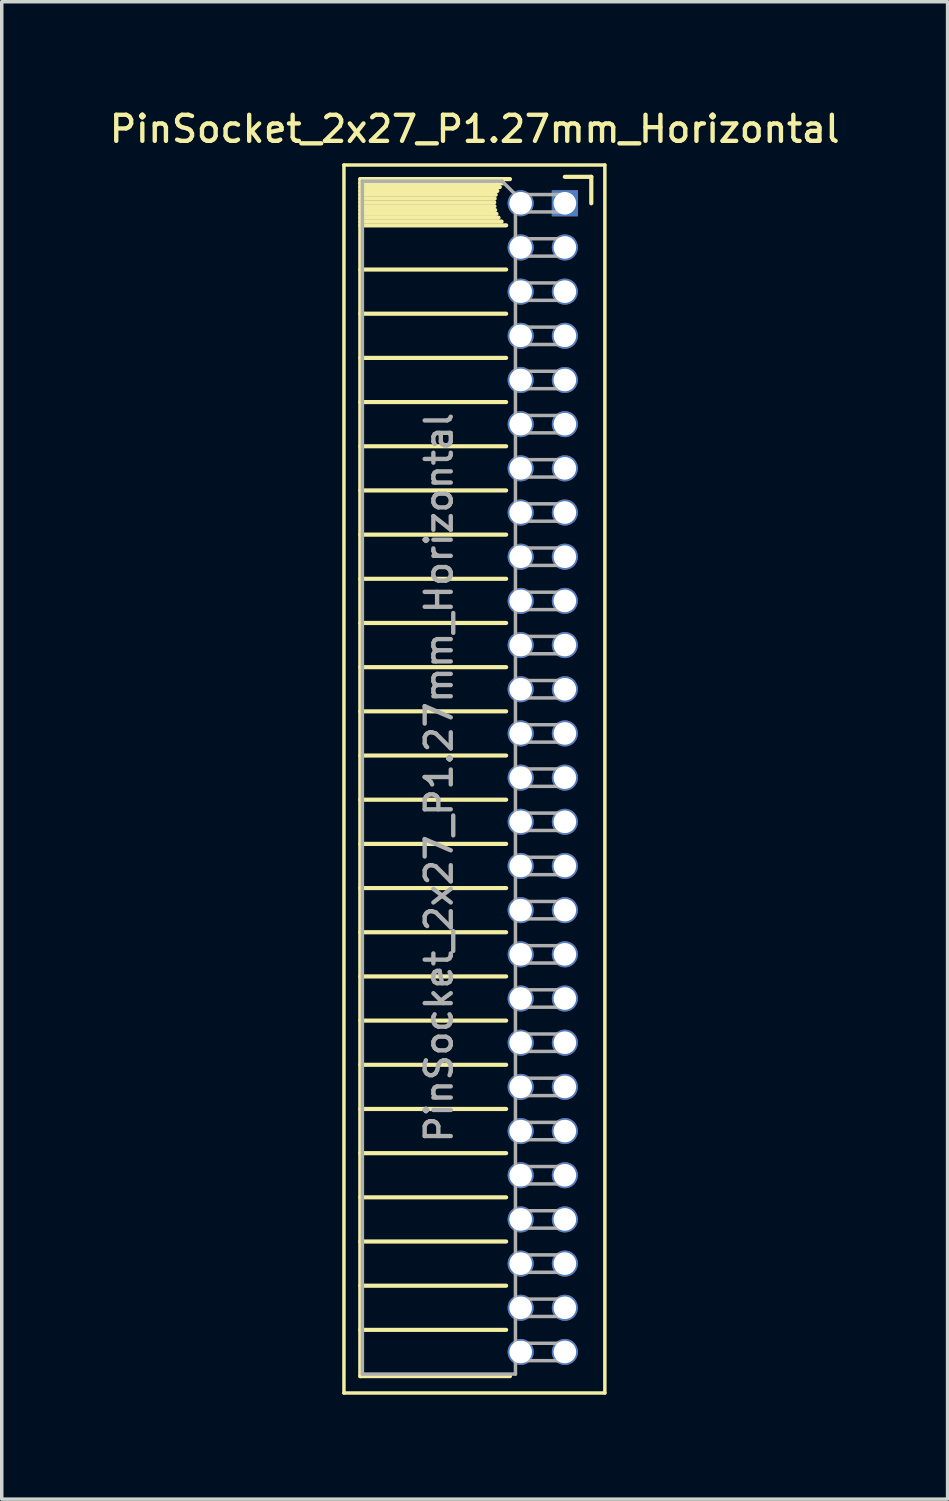
<source format=kicad_pcb>
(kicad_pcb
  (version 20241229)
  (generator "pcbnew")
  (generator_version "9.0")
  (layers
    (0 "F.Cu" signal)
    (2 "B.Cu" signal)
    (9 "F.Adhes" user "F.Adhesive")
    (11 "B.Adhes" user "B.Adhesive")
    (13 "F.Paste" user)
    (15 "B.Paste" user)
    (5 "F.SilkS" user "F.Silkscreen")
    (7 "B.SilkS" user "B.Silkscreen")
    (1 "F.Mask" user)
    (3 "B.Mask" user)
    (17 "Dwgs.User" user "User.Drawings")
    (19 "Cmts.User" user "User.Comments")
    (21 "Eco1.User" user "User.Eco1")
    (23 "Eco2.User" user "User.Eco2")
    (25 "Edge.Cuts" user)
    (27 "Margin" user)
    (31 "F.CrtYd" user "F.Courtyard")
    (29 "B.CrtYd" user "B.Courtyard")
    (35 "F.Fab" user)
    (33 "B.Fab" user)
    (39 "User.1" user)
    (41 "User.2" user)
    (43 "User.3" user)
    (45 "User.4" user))
  (footprint "PinSocket_2x27_P1.27mm_Horizontal"
    (layer "F.Cu")
    (at 13.187 2.793)
    (property "Reference" "PinSocket_2x27_P1.27mm_Horizontal" (at -2.592 -2.135 0) (layer "F.SilkS") (effects (font (size 0.75 0.75) (thickness 0.125))))
    (attr through_hole)
    (fp_line (start -6.35 -1.1) (end -6.35 34.2) (stroke (width 0.1) (type solid)) (layer "F.SilkS"))
    (fp_line (start -6.35 34.2) (end 1.15 34.2) (stroke (width 0.1) (type solid)) (layer "F.SilkS"))
    (fp_line (start -5.88 -0.695) (end -5.88 33.715) (stroke (width 0.12) (type solid)) (layer "F.SilkS"))
    (fp_line (start -5.88 -0.695) (end -1.578 -0.695) (stroke (width 0.12) (type solid)) (layer "F.SilkS"))
    (fp_line (start -5.88 -0.575) (end -1.767 -0.575) (stroke (width 0.12) (type solid)) (layer "F.SilkS"))
    (fp_line (start -5.88 -0.465) (end -1.871 -0.465) (stroke (width 0.12) (type solid)) (layer "F.SilkS"))
    (fp_line (start -5.88 -0.355) (end -1.942 -0.355) (stroke (width 0.12) (type solid)) (layer "F.SilkS"))
    (fp_line (start -5.88 -0.245) (end -1.989 -0.245) (stroke (width 0.12) (type solid)) (layer "F.SilkS"))
    (fp_line (start -5.88 -0.135) (end -2.018 -0.135) (stroke (width 0.12) (type solid)) (layer "F.SilkS"))
    (fp_line (start -5.88 -0.025) (end -2.03 -0.025) (stroke (width 0.12) (type solid)) (layer "F.SilkS"))
    (fp_line (start -5.88 0.085) (end -2.025 0.085) (stroke (width 0.12) (type solid)) (layer "F.SilkS"))
    (fp_line (start -5.88 0.195) (end -2.005 0.195) (stroke (width 0.12) (type solid)) (layer "F.SilkS"))
    (fp_line (start -5.88 0.305) (end -1.966 0.305) (stroke (width 0.12) (type solid)) (layer "F.SilkS"))
    (fp_line (start -5.88 0.415) (end -1.907 0.415) (stroke (width 0.12) (type solid)) (layer "F.SilkS"))
    (fp_line (start -5.88 0.525) (end -1.82 0.525) (stroke (width 0.12) (type solid)) (layer "F.SilkS"))
    (fp_line (start -5.88 0.635) (end -1.688 0.635) (stroke (width 0.12) (type solid)) (layer "F.SilkS"))
    (fp_line (start -5.88 1.905) (end -1.688 1.905) (stroke (width 0.12) (type solid)) (layer "F.SilkS"))
    (fp_line (start -5.88 3.175) (end -1.688 3.175) (stroke (width 0.12) (type solid)) (layer "F.SilkS"))
    (fp_line (start -5.88 4.445) (end -1.688 4.445) (stroke (width 0.12) (type solid)) (layer "F.SilkS"))
    (fp_line (start -5.88 5.715) (end -1.688 5.715) (stroke (width 0.12) (type solid)) (layer "F.SilkS"))
    (fp_line (start -5.88 6.985) (end -1.688 6.985) (stroke (width 0.12) (type solid)) (layer "F.SilkS"))
    (fp_line (start -5.88 8.255) (end -1.688 8.255) (stroke (width 0.12) (type solid)) (layer "F.SilkS"))
    (fp_line (start -5.88 9.525) (end -1.688 9.525) (stroke (width 0.12) (type solid)) (layer "F.SilkS"))
    (fp_line (start -5.88 10.795) (end -1.688 10.795) (stroke (width 0.12) (type solid)) (layer "F.SilkS"))
    (fp_line (start -5.88 12.065) (end -1.688 12.065) (stroke (width 0.12) (type solid)) (layer "F.SilkS"))
    (fp_line (start -5.88 13.335) (end -1.688 13.335) (stroke (width 0.12) (type solid)) (layer "F.SilkS"))
    (fp_line (start -5.88 14.605) (end -1.688 14.605) (stroke (width 0.12) (type solid)) (layer "F.SilkS"))
    (fp_line (start -5.88 15.875) (end -1.688 15.875) (stroke (width 0.12) (type solid)) (layer "F.SilkS"))
    (fp_line (start -5.88 17.145) (end -1.688 17.145) (stroke (width 0.12) (type solid)) (layer "F.SilkS"))
    (fp_line (start -5.88 18.415) (end -1.688 18.415) (stroke (width 0.12) (type solid)) (layer "F.SilkS"))
    (fp_line (start -5.88 19.685) (end -1.688 19.685) (stroke (width 0.12) (type solid)) (layer "F.SilkS"))
    (fp_line (start -5.88 20.955) (end -1.688 20.955) (stroke (width 0.12) (type solid)) (layer "F.SilkS"))
    (fp_line (start -5.88 22.225) (end -1.688 22.225) (stroke (width 0.12) (type solid)) (layer "F.SilkS"))
    (fp_line (start -5.88 23.495) (end -1.688 23.495) (stroke (width 0.12) (type solid)) (layer "F.SilkS"))
    (fp_line (start -5.88 24.765) (end -1.688 24.765) (stroke (width 0.12) (type solid)) (layer "F.SilkS"))
    (fp_line (start -5.88 26.035) (end -1.688 26.035) (stroke (width 0.12) (type solid)) (layer "F.SilkS"))
    (fp_line (start -5.88 27.305) (end -1.688 27.305) (stroke (width 0.12) (type solid)) (layer "F.SilkS"))
    (fp_line (start -5.88 28.575) (end -1.688 28.575) (stroke (width 0.12) (type solid)) (layer "F.SilkS"))
    (fp_line (start -5.88 29.845) (end -1.688 29.845) (stroke (width 0.12) (type solid)) (layer "F.SilkS"))
    (fp_line (start -5.88 31.115) (end -1.688 31.115) (stroke (width 0.12) (type solid)) (layer "F.SilkS"))
    (fp_line (start -5.88 32.385) (end -1.688 32.385) (stroke (width 0.12) (type solid)) (layer "F.SilkS"))
    (fp_line (start -5.88 33.715) (end -1.578 33.715) (stroke (width 0.12) (type solid)) (layer "F.SilkS"))
    (fp_line (start 0 -0.76) (end 0.76 -0.76) (stroke (width 0.12) (type solid)) (layer "F.SilkS"))
    (fp_line (start 0.76 -0.76) (end 0.76 0) (stroke (width 0.12) (type solid)) (layer "F.SilkS"))
    (fp_line (start 1.15 -1.1) (end -6.35 -1.1) (stroke (width 0.1) (type solid)) (layer "F.SilkS"))
    (fp_line (start 1.15 34.2) (end 1.15 -1.1) (stroke (width 0.1) (type solid)) (layer "F.SilkS"))
    (fp_line (start -5.82 -0.635) (end -1.805 -0.635) (stroke (width 0.1) (type solid)) (layer "F.Fab"))
    (fp_line (start -5.82 33.655) (end -5.82 -0.635) (stroke (width 0.1) (type solid)) (layer "F.Fab"))
    (fp_line (start -1.805 -0.635) (end -1.42 -0.25) (stroke (width 0.1) (type solid)) (layer "F.Fab"))
    (fp_line (start -1.42 -0.25) (end -1.42 33.655) (stroke (width 0.1) (type solid)) (layer "F.Fab"))
    (fp_line (start -1.42 0.25) (end 0 0.25) (stroke (width 0.1) (type solid)) (layer "F.Fab"))
    (fp_line (start -1.42 1.52) (end 0 1.52) (stroke (width 0.1) (type solid)) (layer "F.Fab"))
    (fp_line (start -1.42 2.79) (end 0 2.79) (stroke (width 0.1) (type solid)) (layer "F.Fab"))
    (fp_line (start -1.42 4.06) (end 0 4.06) (stroke (width 0.1) (type solid)) (layer "F.Fab"))
    (fp_line (start -1.42 5.33) (end 0 5.33) (stroke (width 0.1) (type solid)) (layer "F.Fab"))
    (fp_line (start -1.42 6.6) (end 0 6.6) (stroke (width 0.1) (type solid)) (layer "F.Fab"))
    (fp_line (start -1.42 7.87) (end 0 7.87) (stroke (width 0.1) (type solid)) (layer "F.Fab"))
    (fp_line (start -1.42 9.14) (end 0 9.14) (stroke (width 0.1) (type solid)) (layer "F.Fab"))
    (fp_line (start -1.42 10.41) (end 0 10.41) (stroke (width 0.1) (type solid)) (layer "F.Fab"))
    (fp_line (start -1.42 11.68) (end 0 11.68) (stroke (width 0.1) (type solid)) (layer "F.Fab"))
    (fp_line (start -1.42 12.95) (end 0 12.95) (stroke (width 0.1) (type solid)) (layer "F.Fab"))
    (fp_line (start -1.42 14.22) (end 0 14.22) (stroke (width 0.1) (type solid)) (layer "F.Fab"))
    (fp_line (start -1.42 15.49) (end 0 15.49) (stroke (width 0.1) (type solid)) (layer "F.Fab"))
    (fp_line (start -1.42 16.76) (end 0 16.76) (stroke (width 0.1) (type solid)) (layer "F.Fab"))
    (fp_line (start -1.42 18.03) (end 0 18.03) (stroke (width 0.1) (type solid)) (layer "F.Fab"))
    (fp_line (start -1.42 19.3) (end 0 19.3) (stroke (width 0.1) (type solid)) (layer "F.Fab"))
    (fp_line (start -1.42 20.57) (end 0 20.57) (stroke (width 0.1) (type solid)) (layer "F.Fab"))
    (fp_line (start -1.42 21.84) (end 0 21.84) (stroke (width 0.1) (type solid)) (layer "F.Fab"))
    (fp_line (start -1.42 23.11) (end 0 23.11) (stroke (width 0.1) (type solid)) (layer "F.Fab"))
    (fp_line (start -1.42 24.38) (end 0 24.38) (stroke (width 0.1) (type solid)) (layer "F.Fab"))
    (fp_line (start -1.42 25.65) (end 0 25.65) (stroke (width 0.1) (type solid)) (layer "F.Fab"))
    (fp_line (start -1.42 26.92) (end 0 26.92) (stroke (width 0.1) (type solid)) (layer "F.Fab"))
    (fp_line (start -1.42 28.19) (end 0 28.19) (stroke (width 0.1) (type solid)) (layer "F.Fab"))
    (fp_line (start -1.42 29.46) (end 0 29.46) (stroke (width 0.1) (type solid)) (layer "F.Fab"))
    (fp_line (start -1.42 30.73) (end 0 30.73) (stroke (width 0.1) (type solid)) (layer "F.Fab"))
    (fp_line (start -1.42 32) (end 0 32) (stroke (width 0.1) (type solid)) (layer "F.Fab"))
    (fp_line (start -1.42 33.27) (end 0 33.27) (stroke (width 0.1) (type solid)) (layer "F.Fab"))
    (fp_line (start -1.42 33.655) (end -5.82 33.655) (stroke (width 0.1) (type solid)) (layer "F.Fab"))
    (fp_line (start 0 -0.25) (end -1.42 -0.25) (stroke (width 0.1) (type solid)) (layer "F.Fab"))
    (fp_line (start 0 0.25) (end 0 -0.25) (stroke (width 0.1) (type solid)) (layer "F.Fab"))
    (fp_line (start 0 1.02) (end -1.42 1.02) (stroke (width 0.1) (type solid)) (layer "F.Fab"))
    (fp_line (start 0 1.52) (end 0 1.02) (stroke (width 0.1) (type solid)) (layer "F.Fab"))
    (fp_line (start 0 2.29) (end -1.42 2.29) (stroke (width 0.1) (type solid)) (layer "F.Fab"))
    (fp_line (start 0 2.79) (end 0 2.29) (stroke (width 0.1) (type solid)) (layer "F.Fab"))
    (fp_line (start 0 3.56) (end -1.42 3.56) (stroke (width 0.1) (type solid)) (layer "F.Fab"))
    (fp_line (start 0 4.06) (end 0 3.56) (stroke (width 0.1) (type solid)) (layer "F.Fab"))
    (fp_line (start 0 4.83) (end -1.42 4.83) (stroke (width 0.1) (type solid)) (layer "F.Fab"))
    (fp_line (start 0 5.33) (end 0 4.83) (stroke (width 0.1) (type solid)) (layer "F.Fab"))
    (fp_line (start 0 6.1) (end -1.42 6.1) (stroke (width 0.1) (type solid)) (layer "F.Fab"))
    (fp_line (start 0 6.6) (end 0 6.1) (stroke (width 0.1) (type solid)) (layer "F.Fab"))
    (fp_line (start 0 7.37) (end -1.42 7.37) (stroke (width 0.1) (type solid)) (layer "F.Fab"))
    (fp_line (start 0 7.87) (end 0 7.37) (stroke (width 0.1) (type solid)) (layer "F.Fab"))
    (fp_line (start 0 8.64) (end -1.42 8.64) (stroke (width 0.1) (type solid)) (layer "F.Fab"))
    (fp_line (start 0 9.14) (end 0 8.64) (stroke (width 0.1) (type solid)) (layer "F.Fab"))
    (fp_line (start 0 9.91) (end -1.42 9.91) (stroke (width 0.1) (type solid)) (layer "F.Fab"))
    (fp_line (start 0 10.41) (end 0 9.91) (stroke (width 0.1) (type solid)) (layer "F.Fab"))
    (fp_line (start 0 11.18) (end -1.42 11.18) (stroke (width 0.1) (type solid)) (layer "F.Fab"))
    (fp_line (start 0 11.68) (end 0 11.18) (stroke (width 0.1) (type solid)) (layer "F.Fab"))
    (fp_line (start 0 12.45) (end -1.42 12.45) (stroke (width 0.1) (type solid)) (layer "F.Fab"))
    (fp_line (start 0 12.95) (end 0 12.45) (stroke (width 0.1) (type solid)) (layer "F.Fab"))
    (fp_line (start 0 13.72) (end -1.42 13.72) (stroke (width 0.1) (type solid)) (layer "F.Fab"))
    (fp_line (start 0 14.22) (end 0 13.72) (stroke (width 0.1) (type solid)) (layer "F.Fab"))
    (fp_line (start 0 14.99) (end -1.42 14.99) (stroke (width 0.1) (type solid)) (layer "F.Fab"))
    (fp_line (start 0 15.49) (end 0 14.99) (stroke (width 0.1) (type solid)) (layer "F.Fab"))
    (fp_line (start 0 16.26) (end -1.42 16.26) (stroke (width 0.1) (type solid)) (layer "F.Fab"))
    (fp_line (start 0 16.76) (end 0 16.26) (stroke (width 0.1) (type solid)) (layer "F.Fab"))
    (fp_line (start 0 17.53) (end -1.42 17.53) (stroke (width 0.1) (type solid)) (layer "F.Fab"))
    (fp_line (start 0 18.03) (end 0 17.53) (stroke (width 0.1) (type solid)) (layer "F.Fab"))
    (fp_line (start 0 18.8) (end -1.42 18.8) (stroke (width 0.1) (type solid)) (layer "F.Fab"))
    (fp_line (start 0 19.3) (end 0 18.8) (stroke (width 0.1) (type solid)) (layer "F.Fab"))
    (fp_line (start 0 20.07) (end -1.42 20.07) (stroke (width 0.1) (type solid)) (layer "F.Fab"))
    (fp_line (start 0 20.57) (end 0 20.07) (stroke (width 0.1) (type solid)) (layer "F.Fab"))
    (fp_line (start 0 21.34) (end -1.42 21.34) (stroke (width 0.1) (type solid)) (layer "F.Fab"))
    (fp_line (start 0 21.84) (end 0 21.34) (stroke (width 0.1) (type solid)) (layer "F.Fab"))
    (fp_line (start 0 22.61) (end -1.42 22.61) (stroke (width 0.1) (type solid)) (layer "F.Fab"))
    (fp_line (start 0 23.11) (end 0 22.61) (stroke (width 0.1) (type solid)) (layer "F.Fab"))
    (fp_line (start 0 23.88) (end -1.42 23.88) (stroke (width 0.1) (type solid)) (layer "F.Fab"))
    (fp_line (start 0 24.38) (end 0 23.88) (stroke (width 0.1) (type solid)) (layer "F.Fab"))
    (fp_line (start 0 25.15) (end -1.42 25.15) (stroke (width 0.1) (type solid)) (layer "F.Fab"))
    (fp_line (start 0 25.65) (end 0 25.15) (stroke (width 0.1) (type solid)) (layer "F.Fab"))
    (fp_line (start 0 26.42) (end -1.42 26.42) (stroke (width 0.1) (type solid)) (layer "F.Fab"))
    (fp_line (start 0 26.92) (end 0 26.42) (stroke (width 0.1) (type solid)) (layer "F.Fab"))
    (fp_line (start 0 27.69) (end -1.42 27.69) (stroke (width 0.1) (type solid)) (layer "F.Fab"))
    (fp_line (start 0 28.19) (end 0 27.69) (stroke (width 0.1) (type solid)) (layer "F.Fab"))
    (fp_line (start 0 28.96) (end -1.42 28.96) (stroke (width 0.1) (type solid)) (layer "F.Fab"))
    (fp_line (start 0 29.46) (end 0 28.96) (stroke (width 0.1) (type solid)) (layer "F.Fab"))
    (fp_line (start 0 30.23) (end -1.42 30.23) (stroke (width 0.1) (type solid)) (layer "F.Fab"))
    (fp_line (start 0 30.73) (end 0 30.23) (stroke (width 0.1) (type solid)) (layer "F.Fab"))
    (fp_line (start 0 31.5) (end -1.42 31.5) (stroke (width 0.1) (type solid)) (layer "F.Fab"))
    (fp_line (start 0 32) (end 0 31.5) (stroke (width 0.1) (type solid)) (layer "F.Fab"))
    (fp_line (start 0 32.77) (end -1.42 32.77) (stroke (width 0.1) (type solid)) (layer "F.Fab"))
    (fp_line (start 0 33.27) (end 0 32.77) (stroke (width 0.1) (type solid)) (layer "F.Fab"))
    (fp_text user "${REFERENCE}" (at -3.62 16.51 90) (layer "F.Fab") (effects (font (size 0.75 0.75) (thickness 0.125))))
    (pad "1" thru_hole rect (at 0 0) (size 0.75 0.75) (drill 0.65) (layers "*.Cu" "*.Mask"))
    (pad "2" thru_hole oval (at -1.27 0) (size 0.75 0.75) (drill 0.65) (layers "*.Cu" "*.Mask"))
    (pad "3" thru_hole oval (at 0 1.27) (size 0.75 0.75) (drill 0.65) (layers "*.Cu" "*.Mask"))
    (pad "4" thru_hole oval (at -1.27 1.27) (size 0.75 0.75) (drill 0.65) (layers "*.Cu" "*.Mask"))
    (pad "5" thru_hole oval (at 0 2.54) (size 0.75 0.75) (drill 0.65) (layers "*.Cu" "*.Mask"))
    (pad "6" thru_hole oval (at -1.27 2.54) (size 0.75 0.75) (drill 0.65) (layers "*.Cu" "*.Mask"))
    (pad "7" thru_hole oval (at 0 3.81) (size 0.75 0.75) (drill 0.65) (layers "*.Cu" "*.Mask"))
    (pad "8" thru_hole oval (at -1.27 3.81) (size 0.75 0.75) (drill 0.65) (layers "*.Cu" "*.Mask"))
    (pad "9" thru_hole oval (at 0 5.08) (size 0.75 0.75) (drill 0.65) (layers "*.Cu" "*.Mask"))
    (pad "10" thru_hole oval (at -1.27 5.08) (size 0.75 0.75) (drill 0.65) (layers "*.Cu" "*.Mask"))
    (pad "11" thru_hole oval (at 0 6.35) (size 0.75 0.75) (drill 0.65) (layers "*.Cu" "*.Mask"))
    (pad "12" thru_hole oval (at -1.27 6.35) (size 0.75 0.75) (drill 0.65) (layers "*.Cu" "*.Mask"))
    (pad "13" thru_hole oval (at 0 7.62) (size 0.75 0.75) (drill 0.65) (layers "*.Cu" "*.Mask"))
    (pad "14" thru_hole oval (at -1.27 7.62) (size 0.75 0.75) (drill 0.65) (layers "*.Cu" "*.Mask"))
    (pad "15" thru_hole oval (at 0 8.89) (size 0.75 0.75) (drill 0.65) (layers "*.Cu" "*.Mask"))
    (pad "16" thru_hole oval (at -1.27 8.89) (size 0.75 0.75) (drill 0.65) (layers "*.Cu" "*.Mask"))
    (pad "17" thru_hole oval (at 0 10.16) (size 0.75 0.75) (drill 0.65) (layers "*.Cu" "*.Mask"))
    (pad "18" thru_hole oval (at -1.27 10.16) (size 0.75 0.75) (drill 0.65) (layers "*.Cu" "*.Mask"))
    (pad "19" thru_hole oval (at 0 11.43) (size 0.75 0.75) (drill 0.65) (layers "*.Cu" "*.Mask"))
    (pad "20" thru_hole oval (at -1.27 11.43) (size 0.75 0.75) (drill 0.65) (layers "*.Cu" "*.Mask"))
    (pad "21" thru_hole oval (at 0 12.7) (size 0.75 0.75) (drill 0.65) (layers "*.Cu" "*.Mask"))
    (pad "22" thru_hole oval (at -1.27 12.7) (size 0.75 0.75) (drill 0.65) (layers "*.Cu" "*.Mask"))
    (pad "23" thru_hole oval (at 0 13.97) (size 0.75 0.75) (drill 0.65) (layers "*.Cu" "*.Mask"))
    (pad "24" thru_hole oval (at -1.27 13.97) (size 0.75 0.75) (drill 0.65) (layers "*.Cu" "*.Mask"))
    (pad "25" thru_hole oval (at 0 15.24) (size 0.75 0.75) (drill 0.65) (layers "*.Cu" "*.Mask"))
    (pad "26" thru_hole oval (at -1.27 15.24) (size 0.75 0.75) (drill 0.65) (layers "*.Cu" "*.Mask"))
    (pad "27" thru_hole oval (at 0 16.51) (size 0.75 0.75) (drill 0.65) (layers "*.Cu" "*.Mask"))
    (pad "28" thru_hole oval (at -1.27 16.51) (size 0.75 0.75) (drill 0.65) (layers "*.Cu" "*.Mask"))
    (pad "29" thru_hole oval (at 0 17.78) (size 0.75 0.75) (drill 0.65) (layers "*.Cu" "*.Mask"))
    (pad "30" thru_hole oval (at -1.27 17.78) (size 0.75 0.75) (drill 0.65) (layers "*.Cu" "*.Mask"))
    (pad "31" thru_hole oval (at 0 19.05) (size 0.75 0.75) (drill 0.65) (layers "*.Cu" "*.Mask"))
    (pad "32" thru_hole oval (at -1.27 19.05) (size 0.75 0.75) (drill 0.65) (layers "*.Cu" "*.Mask"))
    (pad "33" thru_hole oval (at 0 20.32) (size 0.75 0.75) (drill 0.65) (layers "*.Cu" "*.Mask"))
    (pad "34" thru_hole oval (at -1.27 20.32) (size 0.75 0.75) (drill 0.65) (layers "*.Cu" "*.Mask"))
    (pad "35" thru_hole oval (at 0 21.59) (size 0.75 0.75) (drill 0.65) (layers "*.Cu" "*.Mask"))
    (pad "36" thru_hole oval (at -1.27 21.59) (size 0.75 0.75) (drill 0.65) (layers "*.Cu" "*.Mask"))
    (pad "37" thru_hole oval (at 0 22.86) (size 0.75 0.75) (drill 0.65) (layers "*.Cu" "*.Mask"))
    (pad "38" thru_hole oval (at -1.27 22.86) (size 0.75 0.75) (drill 0.65) (layers "*.Cu" "*.Mask"))
    (pad "39" thru_hole oval (at 0 24.13) (size 0.75 0.75) (drill 0.65) (layers "*.Cu" "*.Mask"))
    (pad "40" thru_hole oval (at -1.27 24.13) (size 0.75 0.75) (drill 0.65) (layers "*.Cu" "*.Mask"))
    (pad "41" thru_hole oval (at 0 25.4) (size 0.75 0.75) (drill 0.65) (layers "*.Cu" "*.Mask"))
    (pad "42" thru_hole oval (at -1.27 25.4) (size 0.75 0.75) (drill 0.65) (layers "*.Cu" "*.Mask"))
    (pad "43" thru_hole oval (at 0 26.67) (size 0.75 0.75) (drill 0.65) (layers "*.Cu" "*.Mask"))
    (pad "44" thru_hole oval (at -1.27 26.67) (size 0.75 0.75) (drill 0.65) (layers "*.Cu" "*.Mask"))
    (pad "45" thru_hole oval (at 0 27.94) (size 0.75 0.75) (drill 0.65) (layers "*.Cu" "*.Mask"))
    (pad "46" thru_hole oval (at -1.27 27.94) (size 0.75 0.75) (drill 0.65) (layers "*.Cu" "*.Mask"))
    (pad "47" thru_hole oval (at 0 29.21) (size 0.75 0.75) (drill 0.65) (layers "*.Cu" "*.Mask"))
    (pad "48" thru_hole oval (at -1.27 29.21) (size 0.75 0.75) (drill 0.65) (layers "*.Cu" "*.Mask"))
    (pad "49" thru_hole oval (at 0 30.48) (size 0.75 0.75) (drill 0.65) (layers "*.Cu" "*.Mask"))
    (pad "50" thru_hole oval (at -1.27 30.48) (size 0.75 0.75) (drill 0.65) (layers "*.Cu" "*.Mask"))
    (pad "51" thru_hole oval (at 0 31.75) (size 0.75 0.75) (drill 0.65) (layers "*.Cu" "*.Mask"))
    (pad "52" thru_hole oval (at -1.27 31.75) (size 0.75 0.75) (drill 0.65) (layers "*.Cu" "*.Mask"))
    (pad "53" thru_hole oval (at 0 33.02) (size 0.75 0.75) (drill 0.65) (layers "*.Cu" "*.Mask"))
    (pad "54" thru_hole oval (at -1.27 33.02) (size 0.75 0.75) (drill 0.65) (layers "*.Cu" "*.Mask")))
  (gr_rect
    (start -3 -3)
    (end 24.189 40.043)
    (stroke (width 0.1) (type default))
    (fill no)
    (layer "Edge.Cuts")))
</source>
